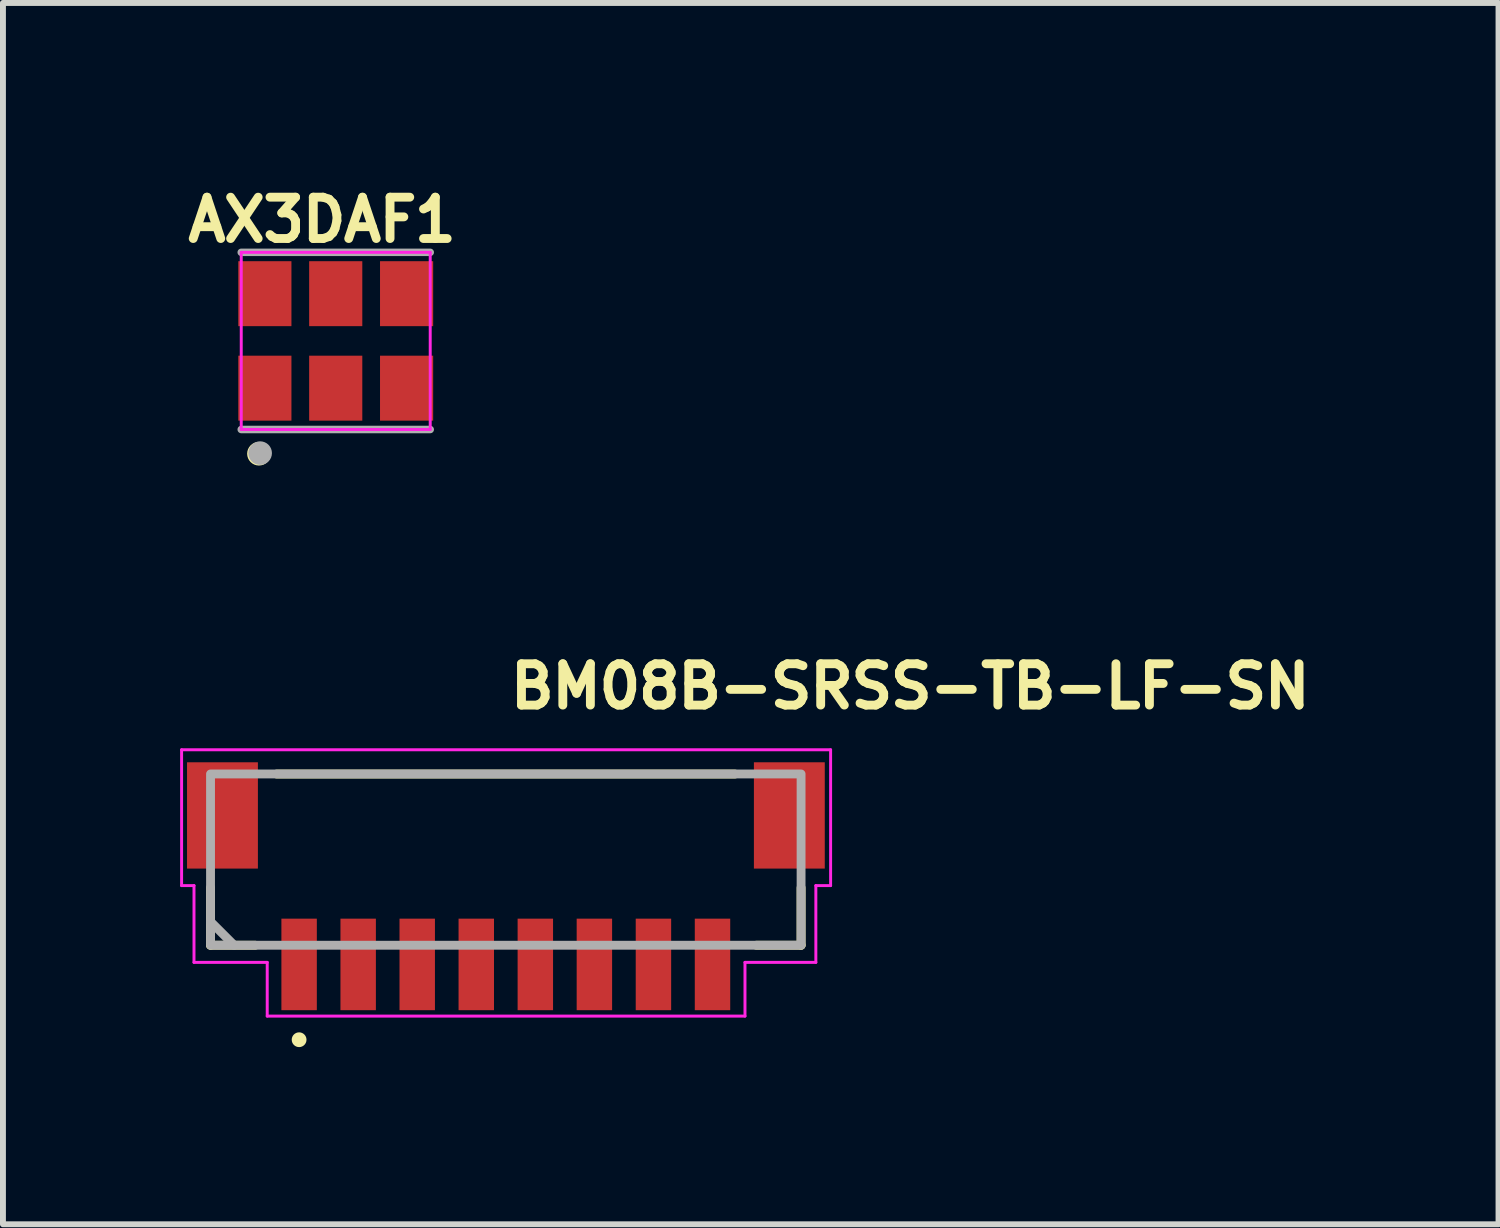
<source format=kicad_pcb>
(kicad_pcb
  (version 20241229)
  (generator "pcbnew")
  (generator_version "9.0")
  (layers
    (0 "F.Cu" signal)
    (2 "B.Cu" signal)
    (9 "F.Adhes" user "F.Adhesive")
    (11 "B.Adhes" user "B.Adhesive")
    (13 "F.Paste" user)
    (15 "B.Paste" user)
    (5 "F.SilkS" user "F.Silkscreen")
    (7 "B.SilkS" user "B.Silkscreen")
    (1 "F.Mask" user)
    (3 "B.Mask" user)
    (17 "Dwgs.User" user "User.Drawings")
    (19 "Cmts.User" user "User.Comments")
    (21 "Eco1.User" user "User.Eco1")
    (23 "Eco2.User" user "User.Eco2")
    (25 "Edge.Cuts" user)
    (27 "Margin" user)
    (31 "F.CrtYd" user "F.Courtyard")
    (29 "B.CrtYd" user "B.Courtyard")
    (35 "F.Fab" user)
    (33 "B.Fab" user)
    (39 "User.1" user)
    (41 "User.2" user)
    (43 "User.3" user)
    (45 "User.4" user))
  (footprint "AX3DAF1"
    (layer "F.Cu")
    (at 2.635 2.723)
    (property "Reference" "AX3DAF1" (at -0.23 -2.05 180) (layer "F.SilkS") (effects (font (size 0.7 0.7) (thickness 0.15))))
    (attr through_hole)
    (fp_circle (center -1.3 1.91) (end -1.3 1.81) (stroke (width 0.2) (type solid)) (fill no) (layer "F.SilkS"))
    (fp_line (start -1.6 -1.5) (end 1.6 -1.5) (stroke (width 0.05) (type solid)) (layer "F.CrtYd"))
    (fp_line (start -1.6 1.5) (end -1.6 -1.5) (stroke (width 0.05) (type solid)) (layer "F.CrtYd"))
    (fp_line (start -1.6 1.5) (end 1.6 1.5) (stroke (width 0.05) (type solid)) (layer "F.CrtYd"))
    (fp_line (start 1.6 -1.5) (end 1.6 1.5) (stroke (width 0.05) (type solid)) (layer "F.CrtYd"))
    (fp_line (start -1.6 -1.5) (end 1.6 -1.5) (stroke (width 0.127) (type solid)) (layer "F.Fab"))
    (fp_line (start -1.6 1.5) (end 1.6 1.5) (stroke (width 0.127) (type solid)) (layer "F.Fab"))
    (fp_circle (center -1.28 1.9) (end -1.28 1.8) (stroke (width 0.2) (type solid)) (fill no) (layer "F.Fab"))
    (pad "1" smd rect (at -1.2 0.8) (size 0.9 1.1) (layers "F.Cu" "F.Mask" "F.Paste"))
    (pad "2" smd rect (at 0 0.8) (size 0.9 1.1) (layers "F.Cu" "F.Mask" "F.Paste"))
    (pad "3" smd rect (at 1.2 0.8) (size 0.9 1.1) (layers "F.Cu" "F.Mask" "F.Paste"))
    (pad "4" smd rect (at 1.2 -0.8) (size 0.9 1.1) (layers "F.Cu" "F.Mask" "F.Paste"))
    (pad "5" smd rect (at 0 -0.8) (size 0.9 1.1) (layers "F.Cu" "F.Mask" "F.Paste"))
    (pad "6" smd rect (at -1.2 -0.8) (size 0.9 1.1) (layers "F.Cu" "F.Mask" "F.Paste")))
  (footprint "BM08B-SRSS-TB-LF-SN"
    (layer "F.Cu")
    (at 5.515 11.983)
    (property "Reference" "BM08B-SRSS-TB-LF-SN" (at 0 -3 0) (layer "F.SilkS") (effects (font (size 0.7 0.7) (thickness 0.15)) (justify left bottom)))
    (attr smd)
    (fp_line (start -5 0.973) (end -5 0) (stroke (width 0.15) (type solid)) (layer "F.SilkS"))
    (fp_line (start -4.242 0.973) (end -5 0.973) (stroke (width 0.15) (type solid)) (layer "F.SilkS"))
    (fp_line (start 3.88 -1.926) (end -3.88 -1.926) (stroke (width 0.15) (type solid)) (layer "F.SilkS"))
    (fp_line (start 4.242 0.973) (end 5 0.973) (stroke (width 0.15) (type solid)) (layer "F.SilkS"))
    (fp_line (start 5 0.973) (end 5 0) (stroke (width 0.15) (type solid)) (layer "F.SilkS"))
    (fp_circle (center -3.5 2.573) (end -3.45 2.573) (stroke (width 0.15) (type solid)) (fill yes) (layer "F.SilkS"))
    (fp_line (start -5.49 -2.337) (end 5.5 -2.337) (stroke (width 0.05) (type solid)) (layer "F.CrtYd"))
    (fp_line (start -5.49 -0.037) (end -5.49 -2.337) (stroke (width 0.05) (type solid)) (layer "F.CrtYd"))
    (fp_line (start -5.28 -0.037) (end -5.49 -0.037) (stroke (width 0.05) (type solid)) (layer "F.CrtYd"))
    (fp_line (start -5.28 1.263) (end -5.28 -0.037) (stroke (width 0.05) (type solid)) (layer "F.CrtYd"))
    (fp_line (start -4.04 1.263) (end -5.28 1.263) (stroke (width 0.05) (type solid)) (layer "F.CrtYd"))
    (fp_line (start -4.04 2.173) (end -4.04 1.263) (stroke (width 0.05) (type solid)) (layer "F.CrtYd"))
    (fp_line (start 4.05 1.263) (end 4.05 2.173) (stroke (width 0.05) (type solid)) (layer "F.CrtYd"))
    (fp_line (start 4.05 2.173) (end -4.04 2.173) (stroke (width 0.05) (type solid)) (layer "F.CrtYd"))
    (fp_line (start 5.25 -0.037) (end 5.25 1.263) (stroke (width 0.05) (type solid)) (layer "F.CrtYd"))
    (fp_line (start 5.25 1.263) (end 4.05 1.263) (stroke (width 0.05) (type solid)) (layer "F.CrtYd"))
    (fp_line (start 5.5 -2.337) (end 5.5 -0.037) (stroke (width 0.05) (type solid)) (layer "F.CrtYd"))
    (fp_line (start 5.5 -0.037) (end 5.25 -0.037) (stroke (width 0.05) (type solid)) (layer "F.CrtYd"))
    (fp_line (start -5 0.573) (end -4.6 0.973) (stroke (width 0.15) (type solid)) (layer "F.Fab"))
    (fp_rect (start -5 -1.927) (end 5 0.973) (stroke (width 0.15) (type solid)) (fill no) (layer "F.Fab"))
    (fp_rect (start 5 1.673) (end -5 -1.927) (stroke (width 0.1) (type solid)) (fill no) (layer "User.5"))
    (fp_line (start -4.999 -1.926) (end -4.999 -0.225) (stroke (width 0.02) (type solid)) (layer "User.9"))
    (fp_line (start -4.999 -1.926) (end 5 -1.926) (stroke (width 0.02) (type solid)) (layer "User.9"))
    (fp_line (start -4.999 0.425) (end -4.999 -0.225) (stroke (width 0.02) (type solid)) (layer "User.9"))
    (fp_line (start -4.999 0.974) (end -4.999 0.425) (stroke (width 0.02) (type solid)) (layer "User.9"))
    (fp_line (start -4.548 -1.025) (end -4.548 -0.425) (stroke (width 0.02) (type solid)) (layer "User.9"))
    (fp_line (start -4.548 -0.425) (end -4.2 -0.425) (stroke (width 0.02) (type solid)) (layer "User.9"))
    (fp_line (start -4.498 -0.225) (end -4.999 -0.225) (stroke (width 0.02) (type solid)) (layer "User.9"))
    (fp_line (start -4.498 -0.225) (end -4.498 0.974) (stroke (width 0.02) (type solid)) (layer "User.9"))
    (fp_line (start -4.498 0.425) (end -4.999 0.425) (stroke (width 0.02) (type solid)) (layer "User.9"))
    (fp_line (start -4.498 0.974) (end -4.999 0.974) (stroke (width 0.02) (type solid)) (layer "User.9"))
    (fp_line (start -4.498 0.974) (end 4.5 0.974) (stroke (width 0.02) (type solid)) (layer "User.9"))
    (fp_line (start -4.2 -1.525) (end -4.2 -1.025) (stroke (width 0.02) (type solid)) (layer "User.9"))
    (fp_line (start -4.2 -1.025) (end -4.548 -1.025) (stroke (width 0.02) (type solid)) (layer "User.9"))
    (fp_line (start -4.2 -0.425) (end -4.2 -1.025) (stroke (width 0.02) (type solid)) (layer "User.9"))
    (fp_line (start -4.2 -0.425) (end -4.2 0.575) (stroke (width 0.02) (type solid)) (layer "User.9"))
    (fp_line (start -4.2 0.575) (end 4.202 0.575) (stroke (width 0.02) (type solid)) (layer "User.9"))
    (fp_line (start -3.6 -1.105) (end -3.398 -1.105) (stroke (width 0.02) (type solid)) (layer "User.9"))
    (fp_line (start -3.6 -0.755) (end -3.6 -1.105) (stroke (width 0.02) (type solid)) (layer "User.9"))
    (fp_line (start -3.6 -0.755) (end -3.398 -0.755) (stroke (width 0.02) (type solid)) (layer "User.9"))
    (fp_line (start -3.6 -0.625) (end -3.6 -0.755) (stroke (width 0.02) (type solid)) (layer "User.9"))
    (fp_line (start -3.6 -0.625) (end -3.398 -0.625) (stroke (width 0.02) (type solid)) (layer "User.9"))
    (fp_line (start -3.6 1.673) (end -3.6 0.974) (stroke (width 0.02) (type solid)) (layer "User.9"))
    (fp_line (start -3.6 1.673) (end -3.398 1.673) (stroke (width 0.02) (type solid)) (layer "User.9"))
    (fp_line (start -3.398 -0.755) (end -3.398 -1.105) (stroke (width 0.02) (type solid)) (layer "User.9"))
    (fp_line (start -3.398 -0.625) (end -3.398 -0.755) (stroke (width 0.02) (type solid)) (layer "User.9"))
    (fp_line (start -3.398 1.673) (end -3.398 0.974) (stroke (width 0.02) (type solid)) (layer "User.9"))
    (fp_line (start -2.599 -1.105) (end -2.399 -1.105) (stroke (width 0.02) (type solid)) (layer "User.9"))
    (fp_line (start -2.599 -0.755) (end -2.599 -1.105) (stroke (width 0.02) (type solid)) (layer "User.9"))
    (fp_line (start -2.599 -0.755) (end -2.399 -0.755) (stroke (width 0.02) (type solid)) (layer "User.9"))
    (fp_line (start -2.599 -0.625) (end -2.599 -0.755) (stroke (width 0.02) (type solid)) (layer "User.9"))
    (fp_line (start -2.599 -0.625) (end -2.399 -0.625) (stroke (width 0.02) (type solid)) (layer "User.9"))
    (fp_line (start -2.599 1.673) (end -2.599 0.974) (stroke (width 0.02) (type solid)) (layer "User.9"))
    (fp_line (start -2.599 1.673) (end -2.399 1.673) (stroke (width 0.02) (type solid)) (layer "User.9"))
    (fp_line (start -2.399 -0.755) (end -2.399 -1.105) (stroke (width 0.02) (type solid)) (layer "User.9"))
    (fp_line (start -2.399 -0.625) (end -2.399 -0.755) (stroke (width 0.02) (type solid)) (layer "User.9"))
    (fp_line (start -2.399 1.673) (end -2.399 0.974) (stroke (width 0.02) (type solid)) (layer "User.9"))
    (fp_line (start -1.599 -1.105) (end -1.399 -1.105) (stroke (width 0.02) (type solid)) (layer "User.9"))
    (fp_line (start -1.599 -0.755) (end -1.599 -1.105) (stroke (width 0.02) (type solid)) (layer "User.9"))
    (fp_line (start -1.599 -0.755) (end -1.399 -0.755) (stroke (width 0.02) (type solid)) (layer "User.9"))
    (fp_line (start -1.599 -0.625) (end -1.599 -0.755) (stroke (width 0.02) (type solid)) (layer "User.9"))
    (fp_line (start -1.599 -0.625) (end -1.399 -0.625) (stroke (width 0.02) (type solid)) (layer "User.9"))
    (fp_line (start -1.599 1.673) (end -1.599 0.974) (stroke (width 0.02) (type solid)) (layer "User.9"))
    (fp_line (start -1.599 1.673) (end -1.399 1.673) (stroke (width 0.02) (type solid)) (layer "User.9"))
    (fp_line (start -1.399 -0.755) (end -1.399 -1.105) (stroke (width 0.02) (type solid)) (layer "User.9"))
    (fp_line (start -1.399 -0.625) (end -1.399 -0.755) (stroke (width 0.02) (type solid)) (layer "User.9"))
    (fp_line (start -1.399 1.673) (end -1.399 0.974) (stroke (width 0.02) (type solid)) (layer "User.9"))
    (fp_line (start -0.6 -1.105) (end -0.399 -1.105) (stroke (width 0.02) (type solid)) (layer "User.9"))
    (fp_line (start -0.6 -0.755) (end -0.6 -1.105) (stroke (width 0.02) (type solid)) (layer "User.9"))
    (fp_line (start -0.6 -0.755) (end -0.399 -0.755) (stroke (width 0.02) (type solid)) (layer "User.9"))
    (fp_line (start -0.6 -0.625) (end -0.6 -0.755) (stroke (width 0.02) (type solid)) (layer "User.9"))
    (fp_line (start -0.6 -0.625) (end -0.399 -0.625) (stroke (width 0.02) (type solid)) (layer "User.9"))
    (fp_line (start -0.6 1.673) (end -0.6 0.974) (stroke (width 0.02) (type solid)) (layer "User.9"))
    (fp_line (start -0.6 1.673) (end -0.399 1.673) (stroke (width 0.02) (type solid)) (layer "User.9"))
    (fp_line (start -0.399 -0.755) (end -0.399 -1.105) (stroke (width 0.02) (type solid)) (layer "User.9"))
    (fp_line (start -0.399 -0.625) (end -0.399 -0.755) (stroke (width 0.02) (type solid)) (layer "User.9"))
    (fp_line (start -0.399 1.673) (end -0.399 0.974) (stroke (width 0.02) (type solid)) (layer "User.9"))
    (fp_line (start 0.4 -1.105) (end 0.6 -1.105) (stroke (width 0.02) (type solid)) (layer "User.9"))
    (fp_line (start 0.4 -0.755) (end 0.4 -1.105) (stroke (width 0.02) (type solid)) (layer "User.9"))
    (fp_line (start 0.4 -0.755) (end 0.6 -0.755) (stroke (width 0.02) (type solid)) (layer "User.9"))
    (fp_line (start 0.4 -0.625) (end 0.4 -0.755) (stroke (width 0.02) (type solid)) (layer "User.9"))
    (fp_line (start 0.4 -0.625) (end 0.6 -0.625) (stroke (width 0.02) (type solid)) (layer "User.9"))
    (fp_line (start 0.4 1.673) (end 0.4 0.974) (stroke (width 0.02) (type solid)) (layer "User.9"))
    (fp_line (start 0.4 1.673) (end 0.6 1.673) (stroke (width 0.02) (type solid)) (layer "User.9"))
    (fp_line (start 0.6 -0.755) (end 0.6 -1.105) (stroke (width 0.02) (type solid)) (layer "User.9"))
    (fp_line (start 0.6 -0.625) (end 0.6 -0.755) (stroke (width 0.02) (type solid)) (layer "User.9"))
    (fp_line (start 0.6 1.673) (end 0.6 0.974) (stroke (width 0.02) (type solid)) (layer "User.9"))
    (fp_line (start 1.401 -1.105) (end 1.601 -1.105) (stroke (width 0.02) (type solid)) (layer "User.9"))
    (fp_line (start 1.401 -0.755) (end 1.401 -1.105) (stroke (width 0.02) (type solid)) (layer "User.9"))
    (fp_line (start 1.401 -0.755) (end 1.601 -0.755) (stroke (width 0.02) (type solid)) (layer "User.9"))
    (fp_line (start 1.401 -0.625) (end 1.401 -0.755) (stroke (width 0.02) (type solid)) (layer "User.9"))
    (fp_line (start 1.401 -0.625) (end 1.601 -0.625) (stroke (width 0.02) (type solid)) (layer "User.9"))
    (fp_line (start 1.401 1.673) (end 1.401 0.974) (stroke (width 0.02) (type solid)) (layer "User.9"))
    (fp_line (start 1.401 1.673) (end 1.601 1.673) (stroke (width 0.02) (type solid)) (layer "User.9"))
    (fp_line (start 1.601 -0.755) (end 1.601 -1.105) (stroke (width 0.02) (type solid)) (layer "User.9"))
    (fp_line (start 1.601 -0.625) (end 1.601 -0.755) (stroke (width 0.02) (type solid)) (layer "User.9"))
    (fp_line (start 1.601 1.673) (end 1.601 0.974) (stroke (width 0.02) (type solid)) (layer "User.9"))
    (fp_line (start 2.401 -1.105) (end 2.601 -1.105) (stroke (width 0.02) (type solid)) (layer "User.9"))
    (fp_line (start 2.401 -0.755) (end 2.401 -1.105) (stroke (width 0.02) (type solid)) (layer "User.9"))
    (fp_line (start 2.401 -0.755) (end 2.601 -0.755) (stroke (width 0.02) (type solid)) (layer "User.9"))
    (fp_line (start 2.401 -0.625) (end 2.401 -0.755) (stroke (width 0.02) (type solid)) (layer "User.9"))
    (fp_line (start 2.401 -0.625) (end 2.601 -0.625) (stroke (width 0.02) (type solid)) (layer "User.9"))
    (fp_line (start 2.401 1.673) (end 2.401 0.974) (stroke (width 0.02) (type solid)) (layer "User.9"))
    (fp_line (start 2.401 1.673) (end 2.601 1.673) (stroke (width 0.02) (type solid)) (layer "User.9"))
    (fp_line (start 2.601 -0.755) (end 2.601 -1.105) (stroke (width 0.02) (type solid)) (layer "User.9"))
    (fp_line (start 2.601 -0.625) (end 2.601 -0.755) (stroke (width 0.02) (type solid)) (layer "User.9"))
    (fp_line (start 2.601 1.673) (end 2.601 0.974) (stroke (width 0.02) (type solid)) (layer "User.9"))
    (fp_line (start 3.401 -1.105) (end 3.601 -1.105) (stroke (width 0.02) (type solid)) (layer "User.9"))
    (fp_line (start 3.401 -0.755) (end 3.401 -1.105) (stroke (width 0.02) (type solid)) (layer "User.9"))
    (fp_line (start 3.401 -0.755) (end 3.601 -0.755) (stroke (width 0.02) (type solid)) (layer "User.9"))
    (fp_line (start 3.401 -0.625) (end 3.401 -0.755) (stroke (width 0.02) (type solid)) (layer "User.9"))
    (fp_line (start 3.401 -0.625) (end 3.601 -0.625) (stroke (width 0.02) (type solid)) (layer "User.9"))
    (fp_line (start 3.401 1.673) (end 3.401 0.974) (stroke (width 0.02) (type solid)) (layer "User.9"))
    (fp_line (start 3.401 1.673) (end 3.601 1.673) (stroke (width 0.02) (type solid)) (layer "User.9"))
    (fp_line (start 3.601 -0.755) (end 3.601 -1.105) (stroke (width 0.02) (type solid)) (layer "User.9"))
    (fp_line (start 3.601 -0.625) (end 3.601 -0.755) (stroke (width 0.02) (type solid)) (layer "User.9"))
    (fp_line (start 3.601 1.673) (end 3.601 0.974) (stroke (width 0.02) (type solid)) (layer "User.9"))
    (fp_line (start 4.202 -1.525) (end -4.2 -1.525) (stroke (width 0.02) (type solid)) (layer "User.9"))
    (fp_line (start 4.202 -1.025) (end 4.202 -1.525) (stroke (width 0.02) (type solid)) (layer "User.9"))
    (fp_line (start 4.202 -1.025) (end 4.202 -0.425) (stroke (width 0.02) (type solid)) (layer "User.9"))
    (fp_line (start 4.202 -0.425) (end 4.551 -0.425) (stroke (width 0.02) (type solid)) (layer "User.9"))
    (fp_line (start 4.202 0.575) (end 4.202 -0.425) (stroke (width 0.02) (type solid)) (layer "User.9"))
    (fp_line (start 4.5 -0.225) (end 4.5 0.974) (stroke (width 0.02) (type solid)) (layer "User.9"))
    (fp_line (start 4.5 -0.225) (end 5 -0.225) (stroke (width 0.02) (type solid)) (layer "User.9"))
    (fp_line (start 4.5 0.425) (end 5 0.425) (stroke (width 0.02) (type solid)) (layer "User.9"))
    (fp_line (start 4.5 0.974) (end 5 0.974) (stroke (width 0.02) (type solid)) (layer "User.9"))
    (fp_line (start 4.551 -1.025) (end 4.202 -1.025) (stroke (width 0.02) (type solid)) (layer "User.9"))
    (fp_line (start 4.551 -0.425) (end 4.551 -1.025) (stroke (width 0.02) (type solid)) (layer "User.9"))
    (fp_line (start 5 -1.926) (end 5 -0.225) (stroke (width 0.02) (type solid)) (layer "User.9"))
    (fp_line (start 5 0.425) (end 5 -0.225) (stroke (width 0.02) (type solid)) (layer "User.9"))
    (fp_line (start 5 0.974) (end 5 0.425) (stroke (width 0.02) (type solid)) (layer "User.9"))
    (pad "1" smd rect (at -3.5 1.298 180) (size 0.6 1.55) (layers "F.Cu" "F.Mask" "F.Paste"))
    (pad "2" smd rect (at -2.5 1.298 180) (size 0.6 1.55) (layers "F.Cu" "F.Mask" "F.Paste"))
    (pad "3" smd rect (at -1.5 1.298 180) (size 0.6 1.55) (layers "F.Cu" "F.Mask" "F.Paste"))
    (pad "4" smd rect (at -0.5 1.298 180) (size 0.6 1.55) (layers "F.Cu" "F.Mask" "F.Paste"))
    (pad "5" smd rect (at 0.5 1.298 180) (size 0.6 1.55) (layers "F.Cu" "F.Mask" "F.Paste"))
    (pad "6" smd rect (at 1.5 1.298 180) (size 0.6 1.55) (layers "F.Cu" "F.Mask" "F.Paste"))
    (pad "7" smd rect (at 2.5 1.298 180) (size 0.6 1.55) (layers "F.Cu" "F.Mask" "F.Paste"))
    (pad "8" smd rect (at 3.5 1.298 180) (size 0.6 1.55) (layers "F.Cu" "F.Mask" "F.Paste"))
    (pad "MP" smd rect (at -4.798 -1.225 180) (size 1.2 1.8) (layers "F.Cu" "F.Mask" "F.Paste"))
    (pad "MP" smd rect (at 4.801 -1.225 180) (size 1.2 1.8) (layers "F.Cu" "F.Mask" "F.Paste")))
  (gr_rect
    (start -3 -3)
    (end 22.325 17.681)
    (stroke (width 0.1) (type default))
    (fill no)
    (layer "Edge.Cuts")))
</source>
